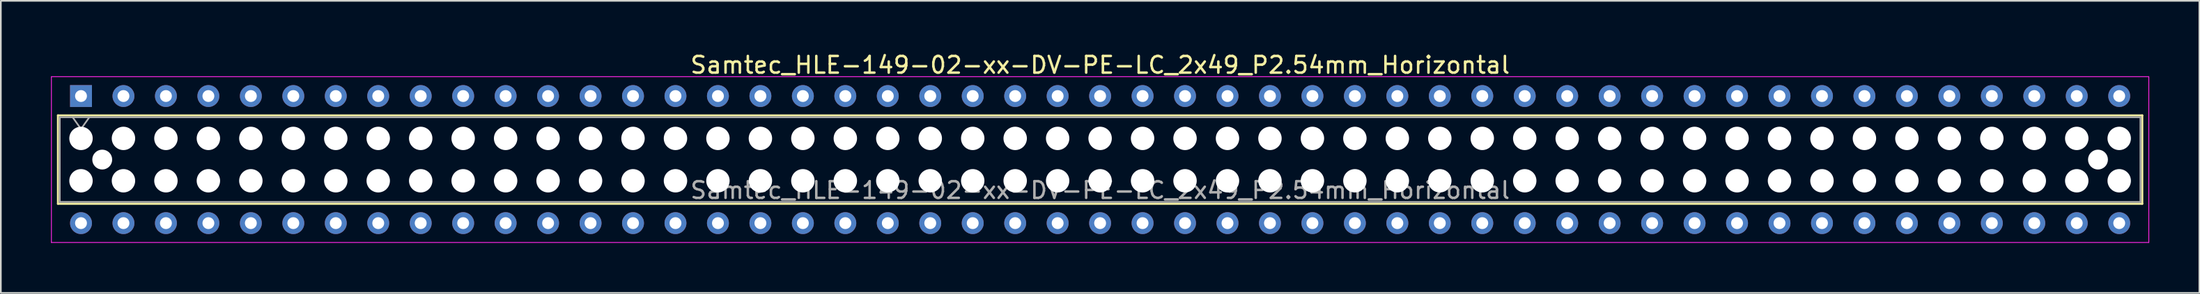
<source format=kicad_pcb>
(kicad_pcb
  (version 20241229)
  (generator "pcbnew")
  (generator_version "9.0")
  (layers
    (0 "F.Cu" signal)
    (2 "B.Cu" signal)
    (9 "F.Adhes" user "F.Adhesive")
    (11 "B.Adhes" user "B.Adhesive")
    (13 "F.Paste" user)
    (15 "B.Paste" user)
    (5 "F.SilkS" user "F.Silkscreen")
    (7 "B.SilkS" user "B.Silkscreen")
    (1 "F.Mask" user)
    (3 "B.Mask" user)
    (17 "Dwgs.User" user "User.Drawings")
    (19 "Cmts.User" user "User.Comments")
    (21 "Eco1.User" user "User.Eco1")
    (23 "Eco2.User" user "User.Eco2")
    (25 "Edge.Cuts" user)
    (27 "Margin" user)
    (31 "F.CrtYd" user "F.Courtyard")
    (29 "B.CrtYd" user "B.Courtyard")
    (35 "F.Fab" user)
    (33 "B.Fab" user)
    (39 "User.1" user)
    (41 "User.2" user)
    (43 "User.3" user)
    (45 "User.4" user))
  (footprint "Samtec_HLE-149-02-xx-DV-PE-LC_2x49_P2.54mm_Horizontal"
    (layer "F.Cu")
    (at 1.795 2.708)
    (property "Reference" "Samtec_HLE-149-02-xx-DV-PE-LC_2x49_P2.54mm_Horizontal" (at 60.96 -1.86 0) (layer "F.SilkS") (effects (font (size 1 1) (thickness 0.15))))
    (attr through_hole)
    (fp_line (start -1.38 1.16) (end 123.3 1.16) (stroke (width 0.12) (type solid)) (layer "F.SilkS"))
    (fp_line (start -1.38 6.46) (end -1.38 1.16) (stroke (width 0.12) (type solid)) (layer "F.SilkS"))
    (fp_line (start 123.3 1.16) (end 123.3 6.46) (stroke (width 0.12) (type solid)) (layer "F.SilkS"))
    (fp_line (start 123.3 6.46) (end -1.38 6.46) (stroke (width 0.12) (type solid)) (layer "F.SilkS"))
    (fp_line (start -1.77 -1.16) (end 123.69 -1.16) (stroke (width 0.05) (type solid)) (layer "F.CrtYd"))
    (fp_line (start -1.77 8.78) (end -1.77 -1.16) (stroke (width 0.05) (type solid)) (layer "F.CrtYd"))
    (fp_line (start 123.69 -1.16) (end 123.69 8.78) (stroke (width 0.05) (type solid)) (layer "F.CrtYd"))
    (fp_line (start 123.69 8.78) (end -1.77 8.78) (stroke (width 0.05) (type solid)) (layer "F.CrtYd"))
    (fp_line (start -1.27 1.27) (end 123.19 1.27) (stroke (width 0.1) (type solid)) (layer "F.Fab"))
    (fp_line (start -1.27 6.35) (end -1.27 1.27) (stroke (width 0.1) (type solid)) (layer "F.Fab"))
    (fp_line (start -0.5 1.27) (end 0 1.977) (stroke (width 0.1) (type solid)) (layer "F.Fab"))
    (fp_line (start 0 1.977) (end 0.5 1.27) (stroke (width 0.1) (type solid)) (layer "F.Fab"))
    (fp_line (start 123.19 1.27) (end 123.19 6.35) (stroke (width 0.1) (type solid)) (layer "F.Fab"))
    (fp_line (start 123.19 6.35) (end -1.27 6.35) (stroke (width 0.1) (type solid)) (layer "F.Fab"))
    (fp_text user "${REFERENCE}" (at 60.96 5.65 0) (layer "F.Fab") (effects (font (size 1 1) (thickness 0.15))))
    (pad "" np_thru_hole circle (at 0 2.54) (size 1.4 1.4) (drill 1.4) (layers "*.Cu" "*.Mask"))
    (pad "" np_thru_hole circle (at 0 5.08) (size 1.4 1.4) (drill 1.4) (layers "*.Cu" "*.Mask"))
    (pad "" np_thru_hole circle (at 1.27 3.81) (size 1.19 1.19) (drill 1.19) (layers "*.Cu" "*.Mask"))
    (pad "" np_thru_hole circle (at 2.54 2.54) (size 1.4 1.4) (drill 1.4) (layers "*.Cu" "*.Mask"))
    (pad "" np_thru_hole circle (at 2.54 5.08) (size 1.4 1.4) (drill 1.4) (layers "*.Cu" "*.Mask"))
    (pad "" np_thru_hole circle (at 5.08 2.54) (size 1.4 1.4) (drill 1.4) (layers "*.Cu" "*.Mask"))
    (pad "" np_thru_hole circle (at 5.08 5.08) (size 1.4 1.4) (drill 1.4) (layers "*.Cu" "*.Mask"))
    (pad "" np_thru_hole circle (at 7.62 2.54) (size 1.4 1.4) (drill 1.4) (layers "*.Cu" "*.Mask"))
    (pad "" np_thru_hole circle (at 7.62 5.08) (size 1.4 1.4) (drill 1.4) (layers "*.Cu" "*.Mask"))
    (pad "" np_thru_hole circle (at 10.16 2.54) (size 1.4 1.4) (drill 1.4) (layers "*.Cu" "*.Mask"))
    (pad "" np_thru_hole circle (at 10.16 5.08) (size 1.4 1.4) (drill 1.4) (layers "*.Cu" "*.Mask"))
    (pad "" np_thru_hole circle (at 12.7 2.54) (size 1.4 1.4) (drill 1.4) (layers "*.Cu" "*.Mask"))
    (pad "" np_thru_hole circle (at 12.7 5.08) (size 1.4 1.4) (drill 1.4) (layers "*.Cu" "*.Mask"))
    (pad "" np_thru_hole circle (at 15.24 2.54) (size 1.4 1.4) (drill 1.4) (layers "*.Cu" "*.Mask"))
    (pad "" np_thru_hole circle (at 15.24 5.08) (size 1.4 1.4) (drill 1.4) (layers "*.Cu" "*.Mask"))
    (pad "" np_thru_hole circle (at 17.78 2.54) (size 1.4 1.4) (drill 1.4) (layers "*.Cu" "*.Mask"))
    (pad "" np_thru_hole circle (at 17.78 5.08) (size 1.4 1.4) (drill 1.4) (layers "*.Cu" "*.Mask"))
    (pad "" np_thru_hole circle (at 20.32 2.54) (size 1.4 1.4) (drill 1.4) (layers "*.Cu" "*.Mask"))
    (pad "" np_thru_hole circle (at 20.32 5.08) (size 1.4 1.4) (drill 1.4) (layers "*.Cu" "*.Mask"))
    (pad "" np_thru_hole circle (at 22.86 2.54) (size 1.4 1.4) (drill 1.4) (layers "*.Cu" "*.Mask"))
    (pad "" np_thru_hole circle (at 22.86 5.08) (size 1.4 1.4) (drill 1.4) (layers "*.Cu" "*.Mask"))
    (pad "" np_thru_hole circle (at 25.4 2.54) (size 1.4 1.4) (drill 1.4) (layers "*.Cu" "*.Mask"))
    (pad "" np_thru_hole circle (at 25.4 5.08) (size 1.4 1.4) (drill 1.4) (layers "*.Cu" "*.Mask"))
    (pad "" np_thru_hole circle (at 27.94 2.54) (size 1.4 1.4) (drill 1.4) (layers "*.Cu" "*.Mask"))
    (pad "" np_thru_hole circle (at 27.94 5.08) (size 1.4 1.4) (drill 1.4) (layers "*.Cu" "*.Mask"))
    (pad "" np_thru_hole circle (at 30.48 2.54) (size 1.4 1.4) (drill 1.4) (layers "*.Cu" "*.Mask"))
    (pad "" np_thru_hole circle (at 30.48 5.08) (size 1.4 1.4) (drill 1.4) (layers "*.Cu" "*.Mask"))
    (pad "" np_thru_hole circle (at 33.02 2.54) (size 1.4 1.4) (drill 1.4) (layers "*.Cu" "*.Mask"))
    (pad "" np_thru_hole circle (at 33.02 5.08) (size 1.4 1.4) (drill 1.4) (layers "*.Cu" "*.Mask"))
    (pad "" np_thru_hole circle (at 35.56 2.54) (size 1.4 1.4) (drill 1.4) (layers "*.Cu" "*.Mask"))
    (pad "" np_thru_hole circle (at 35.56 5.08) (size 1.4 1.4) (drill 1.4) (layers "*.Cu" "*.Mask"))
    (pad "" np_thru_hole circle (at 38.1 2.54) (size 1.4 1.4) (drill 1.4) (layers "*.Cu" "*.Mask"))
    (pad "" np_thru_hole circle (at 38.1 5.08) (size 1.4 1.4) (drill 1.4) (layers "*.Cu" "*.Mask"))
    (pad "" np_thru_hole circle (at 40.64 2.54) (size 1.4 1.4) (drill 1.4) (layers "*.Cu" "*.Mask"))
    (pad "" np_thru_hole circle (at 40.64 5.08) (size 1.4 1.4) (drill 1.4) (layers "*.Cu" "*.Mask"))
    (pad "" np_thru_hole circle (at 43.18 2.54) (size 1.4 1.4) (drill 1.4) (layers "*.Cu" "*.Mask"))
    (pad "" np_thru_hole circle (at 43.18 5.08) (size 1.4 1.4) (drill 1.4) (layers "*.Cu" "*.Mask"))
    (pad "" np_thru_hole circle (at 45.72 2.54) (size 1.4 1.4) (drill 1.4) (layers "*.Cu" "*.Mask"))
    (pad "" np_thru_hole circle (at 45.72 5.08) (size 1.4 1.4) (drill 1.4) (layers "*.Cu" "*.Mask"))
    (pad "" np_thru_hole circle (at 48.26 2.54) (size 1.4 1.4) (drill 1.4) (layers "*.Cu" "*.Mask"))
    (pad "" np_thru_hole circle (at 48.26 5.08) (size 1.4 1.4) (drill 1.4) (layers "*.Cu" "*.Mask"))
    (pad "" np_thru_hole circle (at 50.8 2.54) (size 1.4 1.4) (drill 1.4) (layers "*.Cu" "*.Mask"))
    (pad "" np_thru_hole circle (at 50.8 5.08) (size 1.4 1.4) (drill 1.4) (layers "*.Cu" "*.Mask"))
    (pad "" np_thru_hole circle (at 53.34 2.54) (size 1.4 1.4) (drill 1.4) (layers "*.Cu" "*.Mask"))
    (pad "" np_thru_hole circle (at 53.34 5.08) (size 1.4 1.4) (drill 1.4) (layers "*.Cu" "*.Mask"))
    (pad "" np_thru_hole circle (at 55.88 2.54) (size 1.4 1.4) (drill 1.4) (layers "*.Cu" "*.Mask"))
    (pad "" np_thru_hole circle (at 55.88 5.08) (size 1.4 1.4) (drill 1.4) (layers "*.Cu" "*.Mask"))
    (pad "" np_thru_hole circle (at 58.42 2.54) (size 1.4 1.4) (drill 1.4) (layers "*.Cu" "*.Mask"))
    (pad "" np_thru_hole circle (at 58.42 5.08) (size 1.4 1.4) (drill 1.4) (layers "*.Cu" "*.Mask"))
    (pad "" np_thru_hole circle (at 60.96 2.54) (size 1.4 1.4) (drill 1.4) (layers "*.Cu" "*.Mask"))
    (pad "" np_thru_hole circle (at 60.96 5.08) (size 1.4 1.4) (drill 1.4) (layers "*.Cu" "*.Mask"))
    (pad "" np_thru_hole circle (at 63.5 2.54) (size 1.4 1.4) (drill 1.4) (layers "*.Cu" "*.Mask"))
    (pad "" np_thru_hole circle (at 63.5 5.08) (size 1.4 1.4) (drill 1.4) (layers "*.Cu" "*.Mask"))
    (pad "" np_thru_hole circle (at 66.04 2.54) (size 1.4 1.4) (drill 1.4) (layers "*.Cu" "*.Mask"))
    (pad "" np_thru_hole circle (at 66.04 5.08) (size 1.4 1.4) (drill 1.4) (layers "*.Cu" "*.Mask"))
    (pad "" np_thru_hole circle (at 68.58 2.54) (size 1.4 1.4) (drill 1.4) (layers "*.Cu" "*.Mask"))
    (pad "" np_thru_hole circle (at 68.58 5.08) (size 1.4 1.4) (drill 1.4) (layers "*.Cu" "*.Mask"))
    (pad "" np_thru_hole circle (at 71.12 2.54) (size 1.4 1.4) (drill 1.4) (layers "*.Cu" "*.Mask"))
    (pad "" np_thru_hole circle (at 71.12 5.08) (size 1.4 1.4) (drill 1.4) (layers "*.Cu" "*.Mask"))
    (pad "" np_thru_hole circle (at 73.66 2.54) (size 1.4 1.4) (drill 1.4) (layers "*.Cu" "*.Mask"))
    (pad "" np_thru_hole circle (at 73.66 5.08) (size 1.4 1.4) (drill 1.4) (layers "*.Cu" "*.Mask"))
    (pad "" np_thru_hole circle (at 76.2 2.54) (size 1.4 1.4) (drill 1.4) (layers "*.Cu" "*.Mask"))
    (pad "" np_thru_hole circle (at 76.2 5.08) (size 1.4 1.4) (drill 1.4) (layers "*.Cu" "*.Mask"))
    (pad "" np_thru_hole circle (at 78.74 2.54) (size 1.4 1.4) (drill 1.4) (layers "*.Cu" "*.Mask"))
    (pad "" np_thru_hole circle (at 78.74 5.08) (size 1.4 1.4) (drill 1.4) (layers "*.Cu" "*.Mask"))
    (pad "" np_thru_hole circle (at 81.28 2.54) (size 1.4 1.4) (drill 1.4) (layers "*.Cu" "*.Mask"))
    (pad "" np_thru_hole circle (at 81.28 5.08) (size 1.4 1.4) (drill 1.4) (layers "*.Cu" "*.Mask"))
    (pad "" np_thru_hole circle (at 83.82 2.54) (size 1.4 1.4) (drill 1.4) (layers "*.Cu" "*.Mask"))
    (pad "" np_thru_hole circle (at 83.82 5.08) (size 1.4 1.4) (drill 1.4) (layers "*.Cu" "*.Mask"))
    (pad "" np_thru_hole circle (at 86.36 2.54) (size 1.4 1.4) (drill 1.4) (layers "*.Cu" "*.Mask"))
    (pad "" np_thru_hole circle (at 86.36 5.08) (size 1.4 1.4) (drill 1.4) (layers "*.Cu" "*.Mask"))
    (pad "" np_thru_hole circle (at 88.9 2.54) (size 1.4 1.4) (drill 1.4) (layers "*.Cu" "*.Mask"))
    (pad "" np_thru_hole circle (at 88.9 5.08) (size 1.4 1.4) (drill 1.4) (layers "*.Cu" "*.Mask"))
    (pad "" np_thru_hole circle (at 91.44 2.54) (size 1.4 1.4) (drill 1.4) (layers "*.Cu" "*.Mask"))
    (pad "" np_thru_hole circle (at 91.44 5.08) (size 1.4 1.4) (drill 1.4) (layers "*.Cu" "*.Mask"))
    (pad "" np_thru_hole circle (at 93.98 2.54) (size 1.4 1.4) (drill 1.4) (layers "*.Cu" "*.Mask"))
    (pad "" np_thru_hole circle (at 93.98 5.08) (size 1.4 1.4) (drill 1.4) (layers "*.Cu" "*.Mask"))
    (pad "" np_thru_hole circle (at 96.52 2.54) (size 1.4 1.4) (drill 1.4) (layers "*.Cu" "*.Mask"))
    (pad "" np_thru_hole circle (at 96.52 5.08) (size 1.4 1.4) (drill 1.4) (layers "*.Cu" "*.Mask"))
    (pad "" np_thru_hole circle (at 99.06 2.54) (size 1.4 1.4) (drill 1.4) (layers "*.Cu" "*.Mask"))
    (pad "" np_thru_hole circle (at 99.06 5.08) (size 1.4 1.4) (drill 1.4) (layers "*.Cu" "*.Mask"))
    (pad "" np_thru_hole circle (at 101.6 2.54) (size 1.4 1.4) (drill 1.4) (layers "*.Cu" "*.Mask"))
    (pad "" np_thru_hole circle (at 101.6 5.08) (size 1.4 1.4) (drill 1.4) (layers "*.Cu" "*.Mask"))
    (pad "" np_thru_hole circle (at 104.14 2.54) (size 1.4 1.4) (drill 1.4) (layers "*.Cu" "*.Mask"))
    (pad "" np_thru_hole circle (at 104.14 5.08) (size 1.4 1.4) (drill 1.4) (layers "*.Cu" "*.Mask"))
    (pad "" np_thru_hole circle (at 106.68 2.54) (size 1.4 1.4) (drill 1.4) (layers "*.Cu" "*.Mask"))
    (pad "" np_thru_hole circle (at 106.68 5.08) (size 1.4 1.4) (drill 1.4) (layers "*.Cu" "*.Mask"))
    (pad "" np_thru_hole circle (at 109.22 2.54) (size 1.4 1.4) (drill 1.4) (layers "*.Cu" "*.Mask"))
    (pad "" np_thru_hole circle (at 109.22 5.08) (size 1.4 1.4) (drill 1.4) (layers "*.Cu" "*.Mask"))
    (pad "" np_thru_hole circle (at 111.76 2.54) (size 1.4 1.4) (drill 1.4) (layers "*.Cu" "*.Mask"))
    (pad "" np_thru_hole circle (at 111.76 5.08) (size 1.4 1.4) (drill 1.4) (layers "*.Cu" "*.Mask"))
    (pad "" np_thru_hole circle (at 114.3 2.54) (size 1.4 1.4) (drill 1.4) (layers "*.Cu" "*.Mask"))
    (pad "" np_thru_hole circle (at 114.3 5.08) (size 1.4 1.4) (drill 1.4) (layers "*.Cu" "*.Mask"))
    (pad "" np_thru_hole circle (at 116.84 2.54) (size 1.4 1.4) (drill 1.4) (layers "*.Cu" "*.Mask"))
    (pad "" np_thru_hole circle (at 116.84 5.08) (size 1.4 1.4) (drill 1.4) (layers "*.Cu" "*.Mask"))
    (pad "" np_thru_hole circle (at 119.38 2.54) (size 1.4 1.4) (drill 1.4) (layers "*.Cu" "*.Mask"))
    (pad "" np_thru_hole circle (at 119.38 5.08) (size 1.4 1.4) (drill 1.4) (layers "*.Cu" "*.Mask"))
    (pad "" np_thru_hole circle (at 120.65 3.81) (size 1.19 1.19) (drill 1.19) (layers "*.Cu" "*.Mask"))
    (pad "" np_thru_hole circle (at 121.92 2.54) (size 1.4 1.4) (drill 1.4) (layers "*.Cu" "*.Mask"))
    (pad "" np_thru_hole circle (at 121.92 5.08) (size 1.4 1.4) (drill 1.4) (layers "*.Cu" "*.Mask"))
    (pad "1" thru_hole rect (at 0 0) (size 1.31 1.31) (drill 0.71) (layers "*.Cu" "*.Mask"))
    (pad "2" thru_hole circle (at 0 7.62) (size 1.31 1.31) (drill 0.71) (layers "*.Cu" "*.Mask"))
    (pad "3" thru_hole circle (at 2.54 0) (size 1.31 1.31) (drill 0.71) (layers "*.Cu" "*.Mask"))
    (pad "4" thru_hole circle (at 2.54 7.62) (size 1.31 1.31) (drill 0.71) (layers "*.Cu" "*.Mask"))
    (pad "5" thru_hole circle (at 5.08 0) (size 1.31 1.31) (drill 0.71) (layers "*.Cu" "*.Mask"))
    (pad "6" thru_hole circle (at 5.08 7.62) (size 1.31 1.31) (drill 0.71) (layers "*.Cu" "*.Mask"))
    (pad "7" thru_hole circle (at 7.62 0) (size 1.31 1.31) (drill 0.71) (layers "*.Cu" "*.Mask"))
    (pad "8" thru_hole circle (at 7.62 7.62) (size 1.31 1.31) (drill 0.71) (layers "*.Cu" "*.Mask"))
    (pad "9" thru_hole circle (at 10.16 0) (size 1.31 1.31) (drill 0.71) (layers "*.Cu" "*.Mask"))
    (pad "10" thru_hole circle (at 10.16 7.62) (size 1.31 1.31) (drill 0.71) (layers "*.Cu" "*.Mask"))
    (pad "11" thru_hole circle (at 12.7 0) (size 1.31 1.31) (drill 0.71) (layers "*.Cu" "*.Mask"))
    (pad "12" thru_hole circle (at 12.7 7.62) (size 1.31 1.31) (drill 0.71) (layers "*.Cu" "*.Mask"))
    (pad "13" thru_hole circle (at 15.24 0) (size 1.31 1.31) (drill 0.71) (layers "*.Cu" "*.Mask"))
    (pad "14" thru_hole circle (at 15.24 7.62) (size 1.31 1.31) (drill 0.71) (layers "*.Cu" "*.Mask"))
    (pad "15" thru_hole circle (at 17.78 0) (size 1.31 1.31) (drill 0.71) (layers "*.Cu" "*.Mask"))
    (pad "16" thru_hole circle (at 17.78 7.62) (size 1.31 1.31) (drill 0.71) (layers "*.Cu" "*.Mask"))
    (pad "17" thru_hole circle (at 20.32 0) (size 1.31 1.31) (drill 0.71) (layers "*.Cu" "*.Mask"))
    (pad "18" thru_hole circle (at 20.32 7.62) (size 1.31 1.31) (drill 0.71) (layers "*.Cu" "*.Mask"))
    (pad "19" thru_hole circle (at 22.86 0) (size 1.31 1.31) (drill 0.71) (layers "*.Cu" "*.Mask"))
    (pad "20" thru_hole circle (at 22.86 7.62) (size 1.31 1.31) (drill 0.71) (layers "*.Cu" "*.Mask"))
    (pad "21" thru_hole circle (at 25.4 0) (size 1.31 1.31) (drill 0.71) (layers "*.Cu" "*.Mask"))
    (pad "22" thru_hole circle (at 25.4 7.62) (size 1.31 1.31) (drill 0.71) (layers "*.Cu" "*.Mask"))
    (pad "23" thru_hole circle (at 27.94 0) (size 1.31 1.31) (drill 0.71) (layers "*.Cu" "*.Mask"))
    (pad "24" thru_hole circle (at 27.94 7.62) (size 1.31 1.31) (drill 0.71) (layers "*.Cu" "*.Mask"))
    (pad "25" thru_hole circle (at 30.48 0) (size 1.31 1.31) (drill 0.71) (layers "*.Cu" "*.Mask"))
    (pad "26" thru_hole circle (at 30.48 7.62) (size 1.31 1.31) (drill 0.71) (layers "*.Cu" "*.Mask"))
    (pad "27" thru_hole circle (at 33.02 0) (size 1.31 1.31) (drill 0.71) (layers "*.Cu" "*.Mask"))
    (pad "28" thru_hole circle (at 33.02 7.62) (size 1.31 1.31) (drill 0.71) (layers "*.Cu" "*.Mask"))
    (pad "29" thru_hole circle (at 35.56 0) (size 1.31 1.31) (drill 0.71) (layers "*.Cu" "*.Mask"))
    (pad "30" thru_hole circle (at 35.56 7.62) (size 1.31 1.31) (drill 0.71) (layers "*.Cu" "*.Mask"))
    (pad "31" thru_hole circle (at 38.1 0) (size 1.31 1.31) (drill 0.71) (layers "*.Cu" "*.Mask"))
    (pad "32" thru_hole circle (at 38.1 7.62) (size 1.31 1.31) (drill 0.71) (layers "*.Cu" "*.Mask"))
    (pad "33" thru_hole circle (at 40.64 0) (size 1.31 1.31) (drill 0.71) (layers "*.Cu" "*.Mask"))
    (pad "34" thru_hole circle (at 40.64 7.62) (size 1.31 1.31) (drill 0.71) (layers "*.Cu" "*.Mask"))
    (pad "35" thru_hole circle (at 43.18 0) (size 1.31 1.31) (drill 0.71) (layers "*.Cu" "*.Mask"))
    (pad "36" thru_hole circle (at 43.18 7.62) (size 1.31 1.31) (drill 0.71) (layers "*.Cu" "*.Mask"))
    (pad "37" thru_hole circle (at 45.72 0) (size 1.31 1.31) (drill 0.71) (layers "*.Cu" "*.Mask"))
    (pad "38" thru_hole circle (at 45.72 7.62) (size 1.31 1.31) (drill 0.71) (layers "*.Cu" "*.Mask"))
    (pad "39" thru_hole circle (at 48.26 0) (size 1.31 1.31) (drill 0.71) (layers "*.Cu" "*.Mask"))
    (pad "40" thru_hole circle (at 48.26 7.62) (size 1.31 1.31) (drill 0.71) (layers "*.Cu" "*.Mask"))
    (pad "41" thru_hole circle (at 50.8 0) (size 1.31 1.31) (drill 0.71) (layers "*.Cu" "*.Mask"))
    (pad "42" thru_hole circle (at 50.8 7.62) (size 1.31 1.31) (drill 0.71) (layers "*.Cu" "*.Mask"))
    (pad "43" thru_hole circle (at 53.34 0) (size 1.31 1.31) (drill 0.71) (layers "*.Cu" "*.Mask"))
    (pad "44" thru_hole circle (at 53.34 7.62) (size 1.31 1.31) (drill 0.71) (layers "*.Cu" "*.Mask"))
    (pad "45" thru_hole circle (at 55.88 0) (size 1.31 1.31) (drill 0.71) (layers "*.Cu" "*.Mask"))
    (pad "46" thru_hole circle (at 55.88 7.62) (size 1.31 1.31) (drill 0.71) (layers "*.Cu" "*.Mask"))
    (pad "47" thru_hole circle (at 58.42 0) (size 1.31 1.31) (drill 0.71) (layers "*.Cu" "*.Mask"))
    (pad "48" thru_hole circle (at 58.42 7.62) (size 1.31 1.31) (drill 0.71) (layers "*.Cu" "*.Mask"))
    (pad "49" thru_hole circle (at 60.96 0) (size 1.31 1.31) (drill 0.71) (layers "*.Cu" "*.Mask"))
    (pad "50" thru_hole circle (at 60.96 7.62) (size 1.31 1.31) (drill 0.71) (layers "*.Cu" "*.Mask"))
    (pad "51" thru_hole circle (at 63.5 0) (size 1.31 1.31) (drill 0.71) (layers "*.Cu" "*.Mask"))
    (pad "52" thru_hole circle (at 63.5 7.62) (size 1.31 1.31) (drill 0.71) (layers "*.Cu" "*.Mask"))
    (pad "53" thru_hole circle (at 66.04 0) (size 1.31 1.31) (drill 0.71) (layers "*.Cu" "*.Mask"))
    (pad "54" thru_hole circle (at 66.04 7.62) (size 1.31 1.31) (drill 0.71) (layers "*.Cu" "*.Mask"))
    (pad "55" thru_hole circle (at 68.58 0) (size 1.31 1.31) (drill 0.71) (layers "*.Cu" "*.Mask"))
    (pad "56" thru_hole circle (at 68.58 7.62) (size 1.31 1.31) (drill 0.71) (layers "*.Cu" "*.Mask"))
    (pad "57" thru_hole circle (at 71.12 0) (size 1.31 1.31) (drill 0.71) (layers "*.Cu" "*.Mask"))
    (pad "58" thru_hole circle (at 71.12 7.62) (size 1.31 1.31) (drill 0.71) (layers "*.Cu" "*.Mask"))
    (pad "59" thru_hole circle (at 73.66 0) (size 1.31 1.31) (drill 0.71) (layers "*.Cu" "*.Mask"))
    (pad "60" thru_hole circle (at 73.66 7.62) (size 1.31 1.31) (drill 0.71) (layers "*.Cu" "*.Mask"))
    (pad "61" thru_hole circle (at 76.2 0) (size 1.31 1.31) (drill 0.71) (layers "*.Cu" "*.Mask"))
    (pad "62" thru_hole circle (at 76.2 7.62) (size 1.31 1.31) (drill 0.71) (layers "*.Cu" "*.Mask"))
    (pad "63" thru_hole circle (at 78.74 0) (size 1.31 1.31) (drill 0.71) (layers "*.Cu" "*.Mask"))
    (pad "64" thru_hole circle (at 78.74 7.62) (size 1.31 1.31) (drill 0.71) (layers "*.Cu" "*.Mask"))
    (pad "65" thru_hole circle (at 81.28 0) (size 1.31 1.31) (drill 0.71) (layers "*.Cu" "*.Mask"))
    (pad "66" thru_hole circle (at 81.28 7.62) (size 1.31 1.31) (drill 0.71) (layers "*.Cu" "*.Mask"))
    (pad "67" thru_hole circle (at 83.82 0) (size 1.31 1.31) (drill 0.71) (layers "*.Cu" "*.Mask"))
    (pad "68" thru_hole circle (at 83.82 7.62) (size 1.31 1.31) (drill 0.71) (layers "*.Cu" "*.Mask"))
    (pad "69" thru_hole circle (at 86.36 0) (size 1.31 1.31) (drill 0.71) (layers "*.Cu" "*.Mask"))
    (pad "70" thru_hole circle (at 86.36 7.62) (size 1.31 1.31) (drill 0.71) (layers "*.Cu" "*.Mask"))
    (pad "71" thru_hole circle (at 88.9 0) (size 1.31 1.31) (drill 0.71) (layers "*.Cu" "*.Mask"))
    (pad "72" thru_hole circle (at 88.9 7.62) (size 1.31 1.31) (drill 0.71) (layers "*.Cu" "*.Mask"))
    (pad "73" thru_hole circle (at 91.44 0) (size 1.31 1.31) (drill 0.71) (layers "*.Cu" "*.Mask"))
    (pad "74" thru_hole circle (at 91.44 7.62) (size 1.31 1.31) (drill 0.71) (layers "*.Cu" "*.Mask"))
    (pad "75" thru_hole circle (at 93.98 0) (size 1.31 1.31) (drill 0.71) (layers "*.Cu" "*.Mask"))
    (pad "76" thru_hole circle (at 93.98 7.62) (size 1.31 1.31) (drill 0.71) (layers "*.Cu" "*.Mask"))
    (pad "77" thru_hole circle (at 96.52 0) (size 1.31 1.31) (drill 0.71) (layers "*.Cu" "*.Mask"))
    (pad "78" thru_hole circle (at 96.52 7.62) (size 1.31 1.31) (drill 0.71) (layers "*.Cu" "*.Mask"))
    (pad "79" thru_hole circle (at 99.06 0) (size 1.31 1.31) (drill 0.71) (layers "*.Cu" "*.Mask"))
    (pad "80" thru_hole circle (at 99.06 7.62) (size 1.31 1.31) (drill 0.71) (layers "*.Cu" "*.Mask"))
    (pad "81" thru_hole circle (at 101.6 0) (size 1.31 1.31) (drill 0.71) (layers "*.Cu" "*.Mask"))
    (pad "82" thru_hole circle (at 101.6 7.62) (size 1.31 1.31) (drill 0.71) (layers "*.Cu" "*.Mask"))
    (pad "83" thru_hole circle (at 104.14 0) (size 1.31 1.31) (drill 0.71) (layers "*.Cu" "*.Mask"))
    (pad "84" thru_hole circle (at 104.14 7.62) (size 1.31 1.31) (drill 0.71) (layers "*.Cu" "*.Mask"))
    (pad "85" thru_hole circle (at 106.68 0) (size 1.31 1.31) (drill 0.71) (layers "*.Cu" "*.Mask"))
    (pad "86" thru_hole circle (at 106.68 7.62) (size 1.31 1.31) (drill 0.71) (layers "*.Cu" "*.Mask"))
    (pad "87" thru_hole circle (at 109.22 0) (size 1.31 1.31) (drill 0.71) (layers "*.Cu" "*.Mask"))
    (pad "88" thru_hole circle (at 109.22 7.62) (size 1.31 1.31) (drill 0.71) (layers "*.Cu" "*.Mask"))
    (pad "89" thru_hole circle (at 111.76 0) (size 1.31 1.31) (drill 0.71) (layers "*.Cu" "*.Mask"))
    (pad "90" thru_hole circle (at 111.76 7.62) (size 1.31 1.31) (drill 0.71) (layers "*.Cu" "*.Mask"))
    (pad "91" thru_hole circle (at 114.3 0) (size 1.31 1.31) (drill 0.71) (layers "*.Cu" "*.Mask"))
    (pad "92" thru_hole circle (at 114.3 7.62) (size 1.31 1.31) (drill 0.71) (layers "*.Cu" "*.Mask"))
    (pad "93" thru_hole circle (at 116.84 0) (size 1.31 1.31) (drill 0.71) (layers "*.Cu" "*.Mask"))
    (pad "94" thru_hole circle (at 116.84 7.62) (size 1.31 1.31) (drill 0.71) (layers "*.Cu" "*.Mask"))
    (pad "95" thru_hole circle (at 119.38 0) (size 1.31 1.31) (drill 0.71) (layers "*.Cu" "*.Mask"))
    (pad "96" thru_hole circle (at 119.38 7.62) (size 1.31 1.31) (drill 0.71) (layers "*.Cu" "*.Mask"))
    (pad "97" thru_hole circle (at 121.92 0) (size 1.31 1.31) (drill 0.71) (layers "*.Cu" "*.Mask"))
    (pad "98" thru_hole circle (at 121.92 7.62) (size 1.31 1.31) (drill 0.71) (layers "*.Cu" "*.Mask")))
  (gr_rect
    (start -3 -3)
    (end 128.51 14.513)
    (stroke (width 0.1) (type default))
    (fill no)
    (layer "Edge.Cuts")))
</source>
